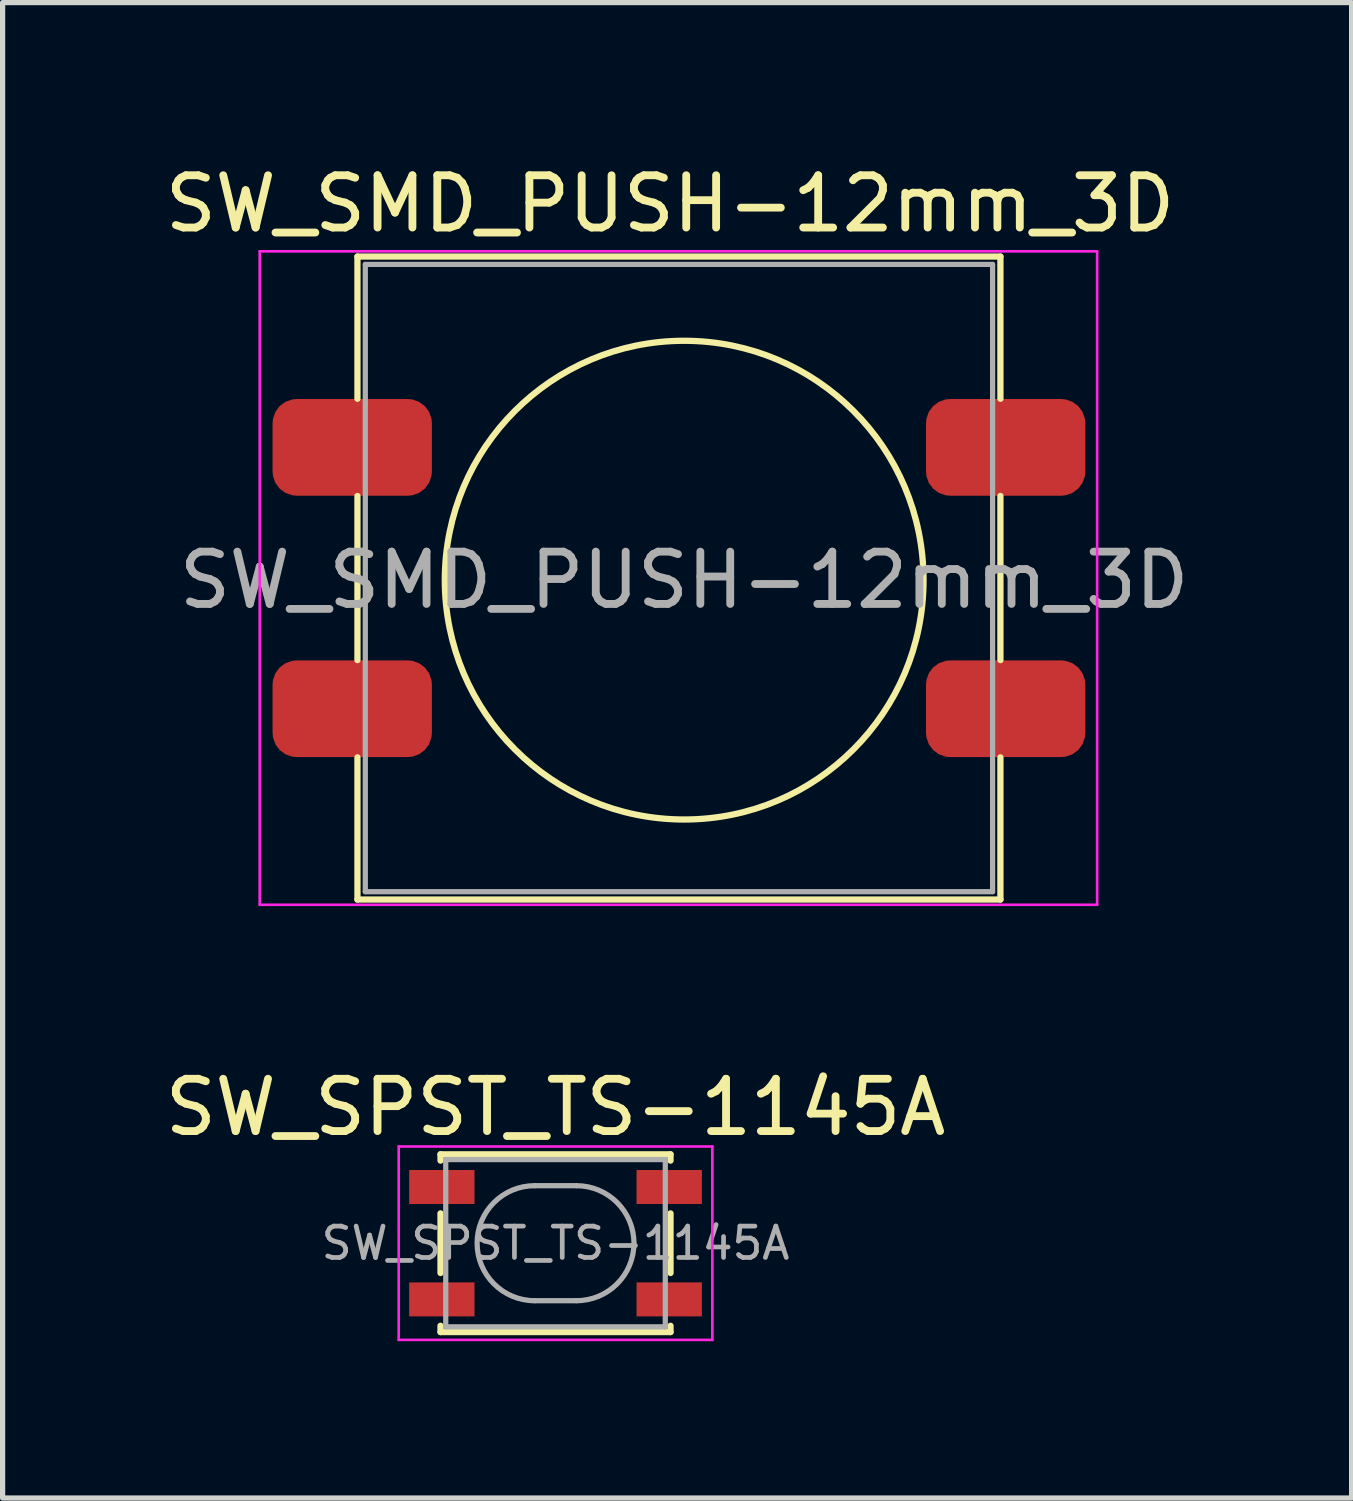
<source format=kicad_pcb>
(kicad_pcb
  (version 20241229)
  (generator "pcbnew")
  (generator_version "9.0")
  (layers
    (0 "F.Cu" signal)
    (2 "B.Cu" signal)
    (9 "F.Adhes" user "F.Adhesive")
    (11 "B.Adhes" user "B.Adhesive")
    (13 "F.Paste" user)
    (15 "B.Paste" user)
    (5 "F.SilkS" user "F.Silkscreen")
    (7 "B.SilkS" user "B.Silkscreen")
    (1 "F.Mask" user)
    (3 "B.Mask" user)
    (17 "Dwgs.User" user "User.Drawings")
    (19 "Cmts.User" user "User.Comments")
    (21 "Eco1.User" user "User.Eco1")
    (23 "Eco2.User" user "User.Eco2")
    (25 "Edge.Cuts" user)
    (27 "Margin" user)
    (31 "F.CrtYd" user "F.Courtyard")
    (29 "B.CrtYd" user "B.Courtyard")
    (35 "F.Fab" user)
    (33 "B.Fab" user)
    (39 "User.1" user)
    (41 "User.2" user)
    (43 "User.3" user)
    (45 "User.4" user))
  (footprint "SW_SMD_PUSH-12mm_3D"
    (layer "F.Cu")
    (at 10.038 8.048)
    (property "Reference" "SW_SMD_PUSH-12mm_3D" (at -0.27 -7.2 0) (layer "F.SilkS") (effects (font (size 1 1) (thickness 0.15))))
    (attr through_hole)
    (fp_line (start -6.25 -6.19) (end 6.05 -6.19) (stroke (width 0.12) (type solid)) (layer "F.SilkS"))
    (fp_line (start -6.25 -3.47) (end -6.25 -6.19) (stroke (width 0.12) (type solid)) (layer "F.SilkS"))
    (fp_line (start -6.25 1.53) (end -6.25 -1.61) (stroke (width 0.12) (type solid)) (layer "F.SilkS"))
    (fp_line (start -6.25 6.11) (end -6.25 3.39) (stroke (width 0.12) (type solid)) (layer "F.SilkS"))
    (fp_line (start 6.05 -6.19) (end 6.05 -3.47) (stroke (width 0.12) (type solid)) (layer "F.SilkS"))
    (fp_line (start 6.05 -1.61) (end 6.05 1.53) (stroke (width 0.12) (type solid)) (layer "F.SilkS"))
    (fp_line (start 6.05 3.39) (end 6.05 6.11) (stroke (width 0.12) (type solid)) (layer "F.SilkS"))
    (fp_line (start 6.05 6.11) (end -6.25 6.11) (stroke (width 0.12) (type solid)) (layer "F.SilkS"))
    (fp_circle (center 0 0) (end 3.81 2.54) (stroke (width 0.12) (type solid)) (fill no) (layer "F.SilkS"))
    (fp_line (start -8.12 -6.29) (end -8.12 6.21) (stroke (width 0.05) (type solid)) (layer "F.CrtYd"))
    (fp_line (start -8.12 -6.29) (end 7.9 -6.29) (stroke (width 0.05) (type solid)) (layer "F.CrtYd"))
    (fp_line (start 7.9 6.21) (end -8.12 6.21) (stroke (width 0.05) (type solid)) (layer "F.CrtYd"))
    (fp_line (start 7.9 6.21) (end 7.9 -6.29) (stroke (width 0.05) (type solid)) (layer "F.CrtYd"))
    (fp_line (start -6.1 -6.04) (end -6.1 5.96) (stroke (width 0.1) (type solid)) (layer "F.Fab"))
    (fp_line (start -6.1 -6.04) (end 5.9 -6.04) (stroke (width 0.1) (type solid)) (layer "F.Fab"))
    (fp_line (start -6.1 5.96) (end 5.9 5.96) (stroke (width 0.1) (type solid)) (layer "F.Fab"))
    (fp_line (start 5.9 -6.04) (end 5.9 5.96) (stroke (width 0.1) (type solid)) (layer "F.Fab"))
    (fp_text user "${REFERENCE}" (at 0 0 0) (layer "F.Fab") (effects (font (size 1 1) (thickness 0.15))))
    (pad "1" smd roundrect (at -6.35 -2.54) (size 3.048 1.85) (layers "F.Cu" "F.Mask" "F.Paste") (roundrect_rratio 0.25))
    (pad "1" smd roundrect (at 6.15 -2.54) (size 3.048 1.85) (layers "F.Cu" "F.Mask" "F.Paste") (roundrect_rratio 0.25))
    (pad "2" smd roundrect (at -6.35 2.46) (size 3.048 1.85) (layers "F.Cu" "F.Mask" "F.Paste") (roundrect_rratio 0.25))
    (pad "2" smd roundrect (at 6.15 2.46) (size 3.048 1.85) (layers "F.Cu" "F.Mask" "F.Paste") (roundrect_rratio 0.25)))
  (footprint "SW_SPST_TS-1145A"
    (layer "F.Cu")
    (at 7.577 20.732)
    (property "Reference" "SW_SPST_TS-1145A" (at 0 -2.6 0) (layer "F.SilkS") (effects (font (size 1 1) (thickness 0.15))))
    (attr smd)
    (fp_line (start -2.2 -1.7) (end -2.2 -1.58) (stroke (width 0.12) (type solid)) (layer "F.SilkS"))
    (fp_line (start -2.2 -0.57) (end -2.2 0.57) (stroke (width 0.12) (type solid)) (layer "F.SilkS"))
    (fp_line (start -2.2 1.58) (end -2.2 1.7) (stroke (width 0.12) (type solid)) (layer "F.SilkS"))
    (fp_line (start -2.2 1.7) (end 2.2 1.7) (stroke (width 0.12) (type solid)) (layer "F.SilkS"))
    (fp_line (start 2.2 -1.7) (end -2.2 -1.7) (stroke (width 0.12) (type solid)) (layer "F.SilkS"))
    (fp_line (start 2.2 -1.58) (end 2.2 -1.7) (stroke (width 0.12) (type solid)) (layer "F.SilkS"))
    (fp_line (start 2.2 0.57) (end 2.2 -0.57) (stroke (width 0.12) (type solid)) (layer "F.SilkS"))
    (fp_line (start 2.2 1.7) (end 2.2 1.58) (stroke (width 0.12) (type solid)) (layer "F.SilkS"))
    (fp_line (start -3 -1.85) (end 3 -1.85) (stroke (width 0.05) (type solid)) (layer "F.CrtYd"))
    (fp_line (start -3 1.85) (end -3 -1.85) (stroke (width 0.05) (type solid)) (layer "F.CrtYd"))
    (fp_line (start 3 -1.85) (end 3 1.85) (stroke (width 0.05) (type solid)) (layer "F.CrtYd"))
    (fp_line (start 3 1.85) (end -3 1.85) (stroke (width 0.05) (type solid)) (layer "F.CrtYd"))
    (fp_line (start -2.1 -1.6) (end -2.1 1.6) (stroke (width 0.1) (type solid)) (layer "F.Fab"))
    (fp_line (start -2.1 1.6) (end 2.1 1.6) (stroke (width 0.1) (type solid)) (layer "F.Fab"))
    (fp_line (start -0.4 -1.1) (end 0.4 -1.1) (stroke (width 0.1) (type solid)) (layer "F.Fab"))
    (fp_line (start 0.4 1.1) (end -0.4 1.1) (stroke (width 0.1) (type solid)) (layer "F.Fab"))
    (fp_line (start 2.1 -1.6) (end -2.1 -1.6) (stroke (width 0.1) (type solid)) (layer "F.Fab"))
    (fp_line (start 2.1 1.6) (end 2.1 -1.6) (stroke (width 0.1) (type solid)) (layer "F.Fab"))
    (fp_arc (start -0.4 1.1) (mid -1.5 0) (end -0.4 -1.1) (stroke (width 0.1) (type solid)) (layer "F.Fab"))
    (fp_arc (start 0.4 -1.1) (mid 1.5 0) (end 0.4 1.1) (stroke (width 0.1) (type solid)) (layer "F.Fab"))
    (fp_text user "${REFERENCE}" (at 0 0 0) (layer "F.Fab") (effects (font (size 0.6 0.6) (thickness 0.09))))
    (pad "1" smd rect (at -2.175 -1.075) (size 1.25 0.65) (layers "F.Cu" "F.Mask" "F.Paste"))
    (pad "1" smd rect (at 2.175 -1.075) (size 1.25 0.65) (layers "F.Cu" "F.Mask" "F.Paste"))
    (pad "2" smd rect (at -2.175 1.075) (size 1.25 0.65) (layers "F.Cu" "F.Mask" "F.Paste"))
    (pad "2" smd rect (at 2.175 1.075) (size 1.25 0.65) (layers "F.Cu" "F.Mask" "F.Paste")))
  (gr_rect
    (start -3 -3)
    (end 22.806 25.607)
    (stroke (width 0.1) (type default))
    (fill no)
    (layer "Edge.Cuts")))
</source>
